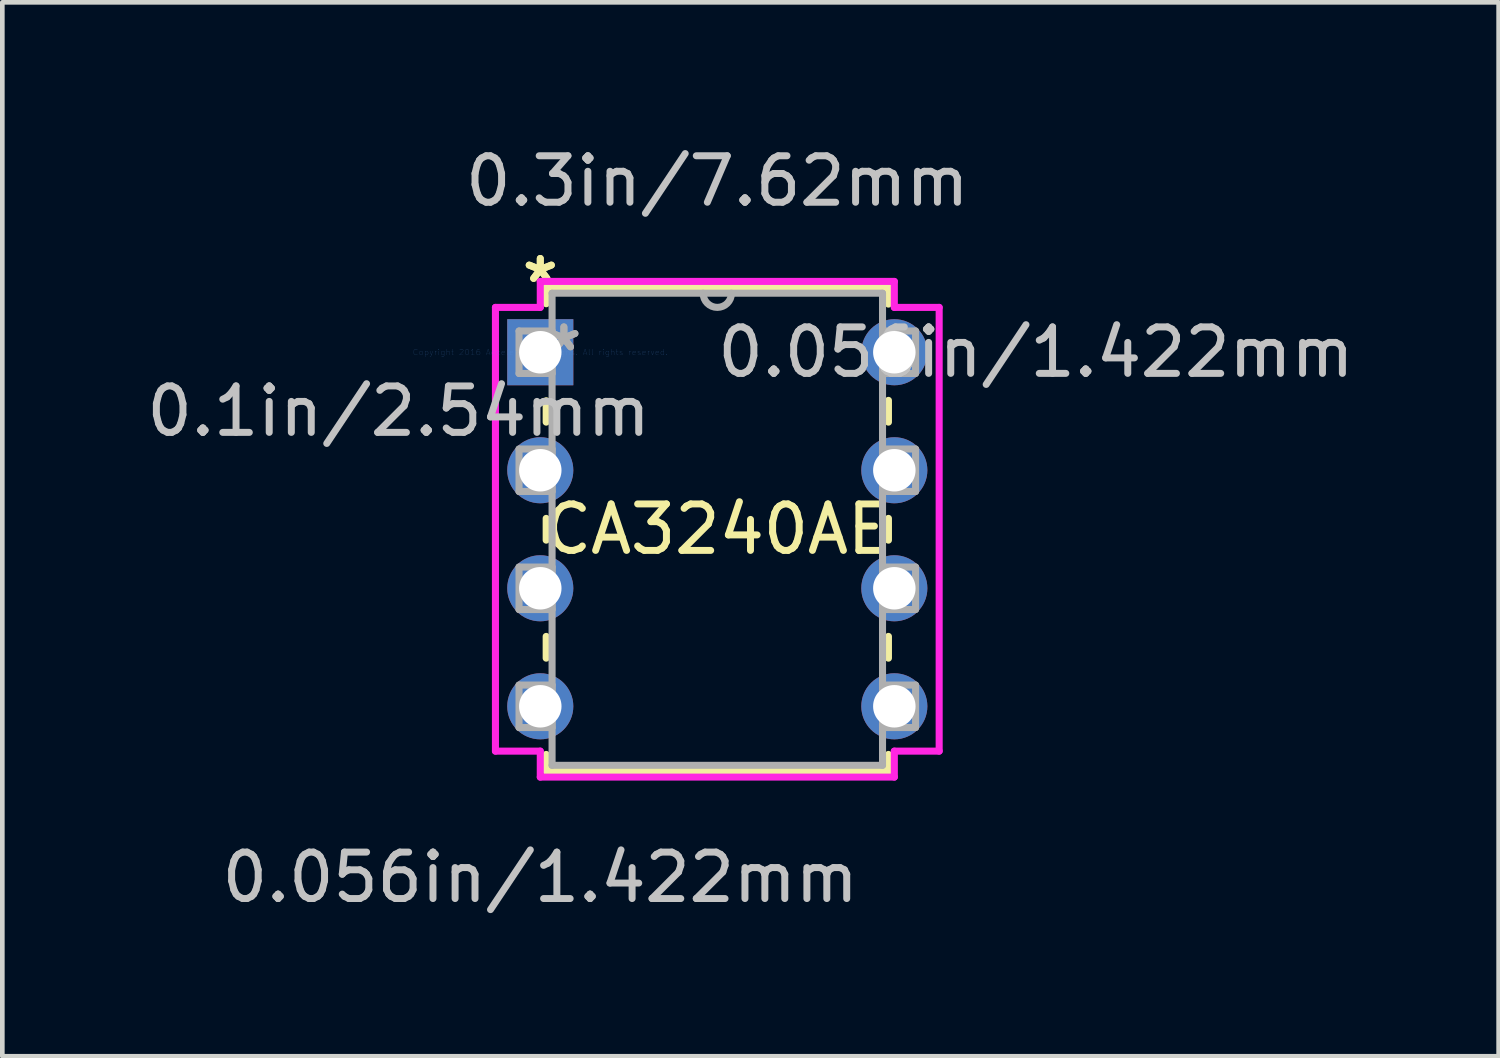
<source format=kicad_pcb>
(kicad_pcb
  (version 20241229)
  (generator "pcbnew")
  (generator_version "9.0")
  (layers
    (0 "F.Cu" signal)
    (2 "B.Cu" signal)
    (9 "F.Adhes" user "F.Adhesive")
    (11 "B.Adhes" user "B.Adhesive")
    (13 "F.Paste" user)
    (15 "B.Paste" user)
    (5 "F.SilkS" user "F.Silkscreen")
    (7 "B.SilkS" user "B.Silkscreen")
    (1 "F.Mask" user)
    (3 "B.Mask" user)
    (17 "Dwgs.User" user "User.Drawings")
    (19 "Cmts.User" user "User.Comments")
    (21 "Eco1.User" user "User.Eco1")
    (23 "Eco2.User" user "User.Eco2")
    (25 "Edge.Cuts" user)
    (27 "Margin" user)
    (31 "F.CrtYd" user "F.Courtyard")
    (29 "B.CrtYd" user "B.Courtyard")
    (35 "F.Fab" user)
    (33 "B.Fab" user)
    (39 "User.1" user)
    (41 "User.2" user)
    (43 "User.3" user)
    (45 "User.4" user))
  (footprint "CA3240AE"
    (layer "F.Cu")
    (at 8.578 4.531)
    (property "Reference" "CA3240AE" (at 3.81 3.81 0) (layer "F.SilkS") (effects (font (size 1 1) (thickness 0.15))))
    (attr through_hole)
    (fp_line (start 0.127 -1.397) (end 0.127 -1.044) (stroke (width 0.152) (type solid)) (layer "F.SilkS"))
    (fp_line (start 0.127 1.044) (end 0.127 1.504) (stroke (width 0.152) (type solid)) (layer "F.SilkS"))
    (fp_line (start 0.127 3.576) (end 0.127 4.044) (stroke (width 0.152) (type solid)) (layer "F.SilkS"))
    (fp_line (start 0.127 6.116) (end 0.127 6.584) (stroke (width 0.152) (type solid)) (layer "F.SilkS"))
    (fp_line (start 0.127 8.656) (end 0.127 9.017) (stroke (width 0.152) (type solid)) (layer "F.SilkS"))
    (fp_line (start 0.127 9.017) (end 7.493 9.017) (stroke (width 0.152) (type solid)) (layer "F.SilkS"))
    (fp_line (start 7.493 -1.397) (end 0.127 -1.397) (stroke (width 0.152) (type solid)) (layer "F.SilkS"))
    (fp_line (start 7.493 -1.036) (end 7.493 -1.397) (stroke (width 0.152) (type solid)) (layer "F.SilkS"))
    (fp_line (start 7.493 1.504) (end 7.493 1.036) (stroke (width 0.152) (type solid)) (layer "F.SilkS"))
    (fp_line (start 7.493 4.044) (end 7.493 3.576) (stroke (width 0.152) (type solid)) (layer "F.SilkS"))
    (fp_line (start 7.493 6.584) (end 7.493 6.116) (stroke (width 0.152) (type solid)) (layer "F.SilkS"))
    (fp_line (start 7.493 9.017) (end 7.493 8.656) (stroke (width 0.152) (type solid)) (layer "F.SilkS"))
    (fp_line (start -0.965 -0.965) (end -0.965 8.585) (stroke (width 0.152) (type solid)) (layer "F.CrtYd"))
    (fp_line (start -0.965 8.585) (end 0 8.585) (stroke (width 0.152) (type solid)) (layer "F.CrtYd"))
    (fp_line (start 0 -1.524) (end 0 -0.965) (stroke (width 0.152) (type solid)) (layer "F.CrtYd"))
    (fp_line (start 0 -0.965) (end -0.965 -0.965) (stroke (width 0.152) (type solid)) (layer "F.CrtYd"))
    (fp_line (start 0 8.585) (end 0 9.144) (stroke (width 0.152) (type solid)) (layer "F.CrtYd"))
    (fp_line (start 0 9.144) (end 7.62 9.144) (stroke (width 0.152) (type solid)) (layer "F.CrtYd"))
    (fp_line (start 7.62 -1.524) (end 0 -1.524) (stroke (width 0.152) (type solid)) (layer "F.CrtYd"))
    (fp_line (start 7.62 -0.965) (end 7.62 -1.524) (stroke (width 0.152) (type solid)) (layer "F.CrtYd"))
    (fp_line (start 7.62 8.585) (end 8.585 8.585) (stroke (width 0.152) (type solid)) (layer "F.CrtYd"))
    (fp_line (start 7.62 9.144) (end 7.62 8.585) (stroke (width 0.152) (type solid)) (layer "F.CrtYd"))
    (fp_line (start 8.585 -0.965) (end 7.62 -0.965) (stroke (width 0.152) (type solid)) (layer "F.CrtYd"))
    (fp_line (start 8.585 8.585) (end 8.585 -0.965) (stroke (width 0.152) (type solid)) (layer "F.CrtYd"))
    (fp_line (start -0.457 -0.457) (end -0.457 0.457) (stroke (width 0.152) (type solid)) (layer "F.Fab"))
    (fp_line (start -0.457 0.457) (end 0.254 0.457) (stroke (width 0.152) (type solid)) (layer "F.Fab"))
    (fp_line (start -0.457 2.083) (end -0.457 2.997) (stroke (width 0.152) (type solid)) (layer "F.Fab"))
    (fp_line (start -0.457 2.997) (end 0.254 2.997) (stroke (width 0.152) (type solid)) (layer "F.Fab"))
    (fp_line (start -0.457 4.623) (end -0.457 5.537) (stroke (width 0.152) (type solid)) (layer "F.Fab"))
    (fp_line (start -0.457 5.537) (end 0.254 5.537) (stroke (width 0.152) (type solid)) (layer "F.Fab"))
    (fp_line (start -0.457 7.163) (end -0.457 8.077) (stroke (width 0.152) (type solid)) (layer "F.Fab"))
    (fp_line (start -0.457 8.077) (end 0.254 8.077) (stroke (width 0.152) (type solid)) (layer "F.Fab"))
    (fp_line (start 0.254 -1.27) (end 0.254 8.89) (stroke (width 0.152) (type solid)) (layer "F.Fab"))
    (fp_line (start 0.254 -0.457) (end -0.457 -0.457) (stroke (width 0.152) (type solid)) (layer "F.Fab"))
    (fp_line (start 0.254 0.457) (end 0.254 -0.457) (stroke (width 0.152) (type solid)) (layer "F.Fab"))
    (fp_line (start 0.254 2.083) (end -0.457 2.083) (stroke (width 0.152) (type solid)) (layer "F.Fab"))
    (fp_line (start 0.254 2.997) (end 0.254 2.083) (stroke (width 0.152) (type solid)) (layer "F.Fab"))
    (fp_line (start 0.254 4.623) (end -0.457 4.623) (stroke (width 0.152) (type solid)) (layer "F.Fab"))
    (fp_line (start 0.254 5.537) (end 0.254 4.623) (stroke (width 0.152) (type solid)) (layer "F.Fab"))
    (fp_line (start 0.254 7.163) (end -0.457 7.163) (stroke (width 0.152) (type solid)) (layer "F.Fab"))
    (fp_line (start 0.254 8.077) (end 0.254 7.163) (stroke (width 0.152) (type solid)) (layer "F.Fab"))
    (fp_line (start 0.254 8.89) (end 7.366 8.89) (stroke (width 0.152) (type solid)) (layer "F.Fab"))
    (fp_line (start 7.366 -1.27) (end 0.254 -1.27) (stroke (width 0.152) (type solid)) (layer "F.Fab"))
    (fp_line (start 7.366 -0.457) (end 7.366 0.457) (stroke (width 0.152) (type solid)) (layer "F.Fab"))
    (fp_line (start 7.366 0.457) (end 8.077 0.457) (stroke (width 0.152) (type solid)) (layer "F.Fab"))
    (fp_line (start 7.366 2.083) (end 7.366 2.997) (stroke (width 0.152) (type solid)) (layer "F.Fab"))
    (fp_line (start 7.366 2.997) (end 8.077 2.997) (stroke (width 0.152) (type solid)) (layer "F.Fab"))
    (fp_line (start 7.366 4.623) (end 7.366 5.537) (stroke (width 0.152) (type solid)) (layer "F.Fab"))
    (fp_line (start 7.366 5.537) (end 8.077 5.537) (stroke (width 0.152) (type solid)) (layer "F.Fab"))
    (fp_line (start 7.366 7.163) (end 7.366 8.077) (stroke (width 0.152) (type solid)) (layer "F.Fab"))
    (fp_line (start 7.366 8.077) (end 8.077 8.077) (stroke (width 0.152) (type solid)) (layer "F.Fab"))
    (fp_line (start 7.366 8.89) (end 7.366 -1.27) (stroke (width 0.152) (type solid)) (layer "F.Fab"))
    (fp_line (start 8.077 -0.457) (end 7.366 -0.457) (stroke (width 0.152) (type solid)) (layer "F.Fab"))
    (fp_line (start 8.077 0.457) (end 8.077 -0.457) (stroke (width 0.152) (type solid)) (layer "F.Fab"))
    (fp_line (start 8.077 2.083) (end 7.366 2.083) (stroke (width 0.152) (type solid)) (layer "F.Fab"))
    (fp_line (start 8.077 2.997) (end 8.077 2.083) (stroke (width 0.152) (type solid)) (layer "F.Fab"))
    (fp_line (start 8.077 4.623) (end 7.366 4.623) (stroke (width 0.152) (type solid)) (layer "F.Fab"))
    (fp_line (start 8.077 5.537) (end 8.077 4.623) (stroke (width 0.152) (type solid)) (layer "F.Fab"))
    (fp_line (start 8.077 7.163) (end 7.366 7.163) (stroke (width 0.152) (type solid)) (layer "F.Fab"))
    (fp_line (start 8.077 8.077) (end 8.077 7.163) (stroke (width 0.152) (type solid)) (layer "F.Fab"))
    (fp_arc (start 4.1148 -1.27) (mid 3.81 -0.9652) (end 3.5052 -1.27) (stroke (width 0.1524) (type solid)) (layer "F.Fab"))
    (fp_text user "*" (at 0 -1.473 0) (layer "F.SilkS") (effects (font (size 1 1) (thickness 0.15))))
    (fp_text user "*" (at 0 -1.473 0) (layer "F.SilkS") (effects (font (size 1 1) (thickness 0.15))))
    (fp_text user "0.056in/1.422mm" (at 0 11.303 0) (layer "Dwgs.User") (effects (font (size 1 1) (thickness 0.15))))
    (fp_text user "0.1in/2.54mm" (at -3.048 1.27 0) (layer "Dwgs.User") (effects (font (size 1 1) (thickness 0.15))))
    (fp_text user "0.3in/7.62mm" (at 3.81 -3.683 0) (layer "Dwgs.User") (effects (font (size 1 1) (thickness 0.15))))
    (fp_text user "0.056in/1.422mm" (at 10.668 0 0) (layer "Dwgs.User") (effects (font (size 1 1) (thickness 0.15))))
    (fp_text user "Copyright 2016 Accelerated Designs. All rights reserved." (at 0 0 0) (layer "Cmts.User") (effects (font (size 0.127 0.127) (thickness 0.002))))
    (fp_text user "*" (at 0.508 0 0) (layer "F.Fab") (effects (font (size 1 1) (thickness 0.15))))
    (fp_text user "*" (at 0.508 0 0) (layer "F.Fab") (effects (font (size 1 1) (thickness 0.15))))
    (pad "1" thru_hole rect (at 0 0) (size 1.422 1.422) (drill 0.914) (layers "*.Cu" "*.Mask"))
    (pad "2" thru_hole circle (at 0 2.54) (size 1.422 1.422) (drill 0.914) (layers "*.Cu" "*.Mask"))
    (pad "3" thru_hole circle (at 0 5.08) (size 1.422 1.422) (drill 0.914) (layers "*.Cu" "*.Mask"))
    (pad "4" thru_hole circle (at 0 7.62) (size 1.422 1.422) (drill 0.914) (layers "*.Cu" "*.Mask"))
    (pad "5" thru_hole circle (at 7.62 7.62) (size 1.422 1.422) (drill 0.914) (layers "*.Cu" "*.Mask"))
    (pad "6" thru_hole circle (at 7.62 5.08) (size 1.422 1.422) (drill 0.914) (layers "*.Cu" "*.Mask"))
    (pad "7" thru_hole circle (at 7.62 2.54) (size 1.422 1.422) (drill 0.914) (layers "*.Cu" "*.Mask"))
    (pad "8" thru_hole circle (at 7.62 0) (size 1.422 1.422) (drill 0.914) (layers "*.Cu" "*.Mask")))
  (gr_rect
    (start -3 -3)
    (end 29.204 19.683)
    (stroke (width 0.1) (type default))
    (fill no)
    (layer "Edge.Cuts")))
</source>
